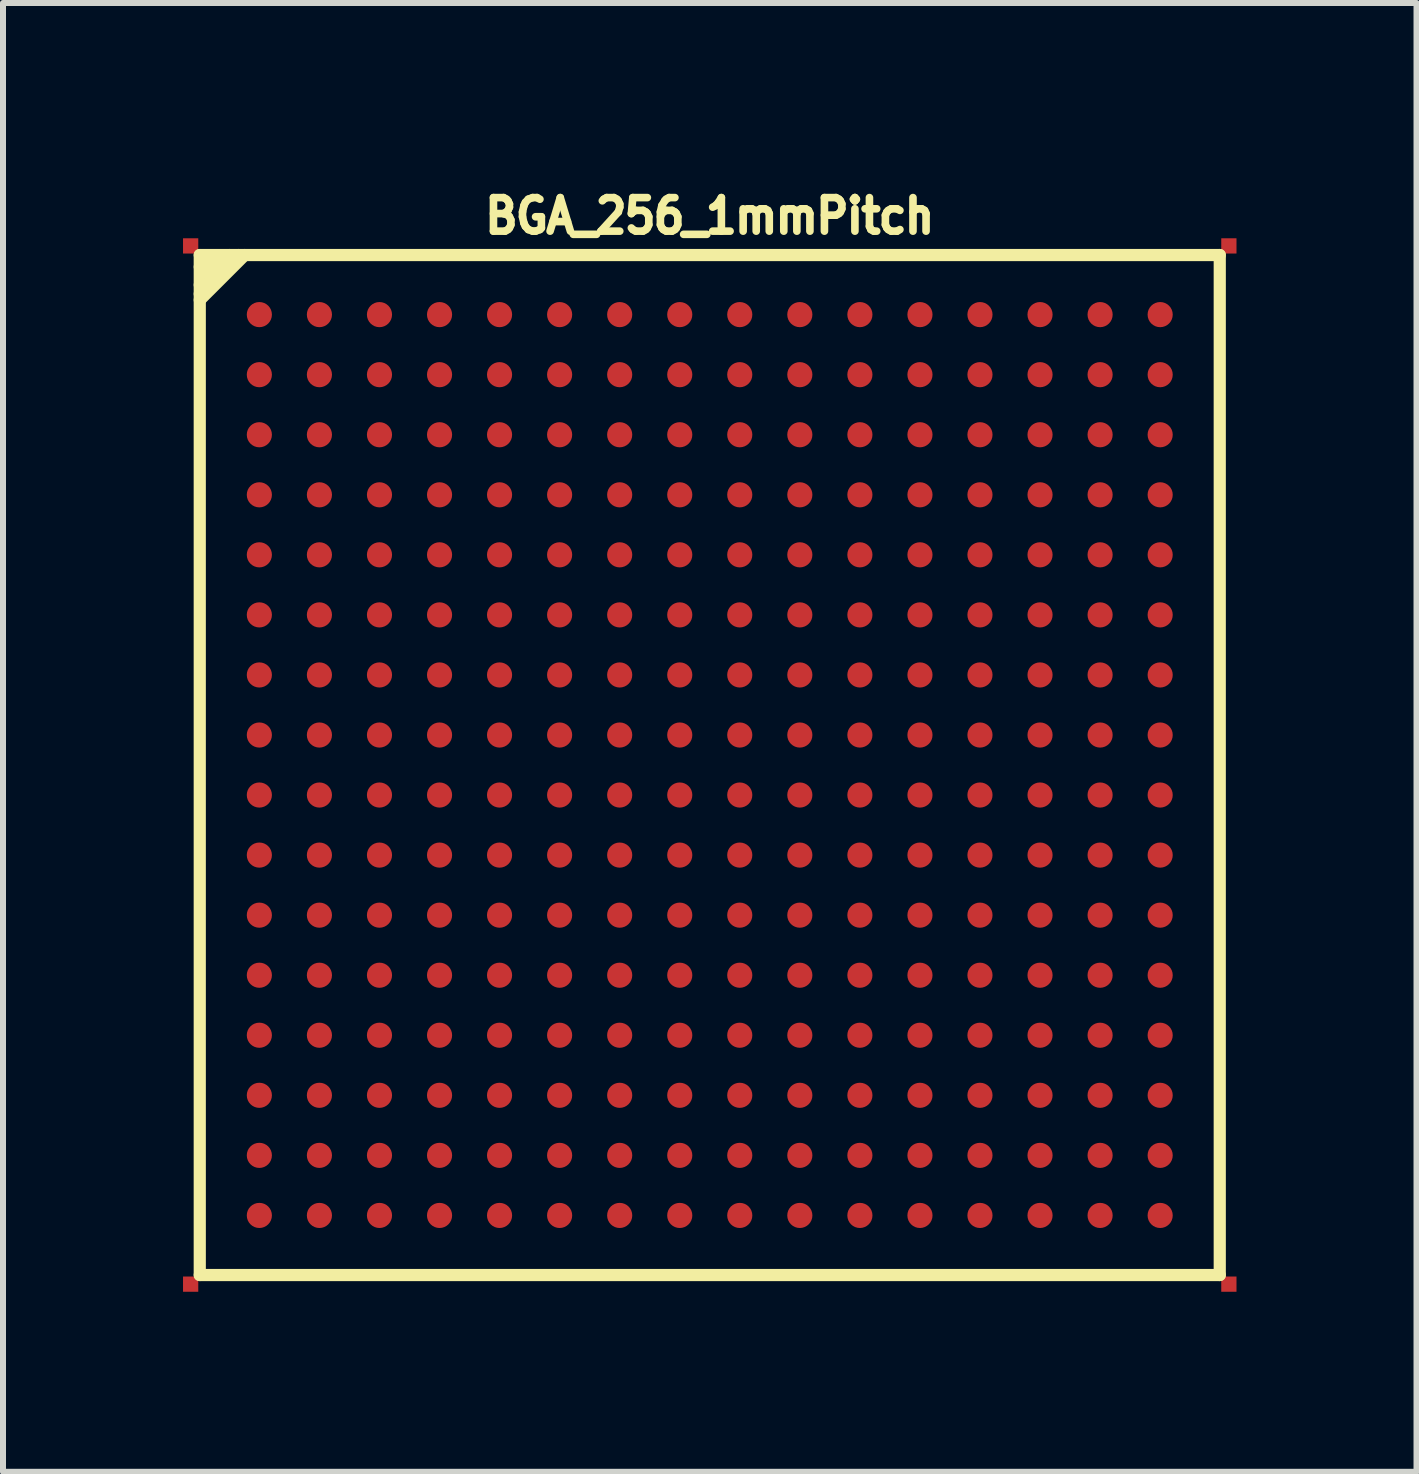
<source format=kicad_pcb>
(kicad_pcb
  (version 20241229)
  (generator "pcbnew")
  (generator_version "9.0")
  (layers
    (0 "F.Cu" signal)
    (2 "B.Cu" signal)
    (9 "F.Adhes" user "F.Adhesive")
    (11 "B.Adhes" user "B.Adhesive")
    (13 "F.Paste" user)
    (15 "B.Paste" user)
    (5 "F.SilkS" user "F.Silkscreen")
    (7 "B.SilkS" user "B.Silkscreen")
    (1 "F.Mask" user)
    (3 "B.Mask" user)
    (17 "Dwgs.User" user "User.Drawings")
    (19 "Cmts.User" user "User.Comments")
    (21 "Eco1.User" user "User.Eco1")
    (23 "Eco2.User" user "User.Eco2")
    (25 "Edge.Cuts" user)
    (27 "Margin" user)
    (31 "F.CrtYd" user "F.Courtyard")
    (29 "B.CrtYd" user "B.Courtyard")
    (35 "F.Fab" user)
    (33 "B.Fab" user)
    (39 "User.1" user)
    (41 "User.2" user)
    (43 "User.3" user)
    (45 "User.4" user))
  (footprint "BGA_256_1mmPitch"
    (layer "F.Cu")
    (at 8.778 9.699)
    (property "Reference" "BGA_256_1mmPitch" (at 0 -9.149 0) (layer "F.SilkS") (effects (font (size 0.559 0.508) (thickness 0.127))))
    (attr smd)
    (fp_line (start -8.499 -8.499) (end -8.499 8.499) (stroke (width 0.203) (type solid)) (layer "F.SilkS"))
    (fp_line (start -8.499 -8.301) (end -8.349 -8.451) (stroke (width 0.203) (type solid)) (layer "F.SilkS"))
    (fp_line (start -8.499 -8.001) (end -8.001 -8.499) (stroke (width 0.203) (type solid)) (layer "F.SilkS"))
    (fp_line (start -8.499 -7.75) (end -7.75 -8.499) (stroke (width 0.203) (type solid)) (layer "F.SilkS"))
    (fp_line (start -8.499 8.499) (end 8.499 8.499) (stroke (width 0.203) (type solid)) (layer "F.SilkS"))
    (fp_line (start -8.199 -8.451) (end -8.451 -8.199) (stroke (width 0.203) (type solid)) (layer "F.SilkS"))
    (fp_line (start -7.851 -8.499) (end -8.499 -7.851) (stroke (width 0.203) (type solid)) (layer "F.SilkS"))
    (fp_line (start 8.499 -8.499) (end -8.499 -8.499) (stroke (width 0.203) (type solid)) (layer "F.SilkS"))
    (fp_line (start 8.499 8.499) (end 8.499 -8.499) (stroke (width 0.203) (type solid)) (layer "F.SilkS"))
    (pad "0" smd rect (at -8.651 -8.651) (size 0.254 0.254) (layers "F.Cu" "F.Mask"))
    (pad "0" smd rect (at -8.651 8.651) (size 0.254 0.254) (layers "F.Cu" "F.Mask"))
    (pad "0" smd rect (at 8.651 -8.651) (size 0.254 0.254) (layers "F.Cu" "F.Mask"))
    (pad "0" smd rect (at 8.651 8.651) (size 0.254 0.254) (layers "F.Cu" "F.Mask"))
    (pad "A1" smd circle (at -7.506 -7.506) (size 0.419 0.419) (layers "F.Cu" "F.Mask" "F.Paste"))
    (pad "A2" smd circle (at -6.505 -7.506) (size 0.419 0.419) (layers "F.Cu" "F.Mask" "F.Paste"))
    (pad "A3" smd circle (at -5.504 -7.506) (size 0.419 0.419) (layers "F.Cu" "F.Mask" "F.Paste"))
    (pad "A4" smd circle (at -4.503 -7.506) (size 0.419 0.419) (layers "F.Cu" "F.Mask" "F.Paste"))
    (pad "A5" smd circle (at -3.503 -7.506) (size 0.419 0.419) (layers "F.Cu" "F.Mask" "F.Paste"))
    (pad "A6" smd circle (at -2.502 -7.506) (size 0.419 0.419) (layers "F.Cu" "F.Mask" "F.Paste"))
    (pad "A7" smd circle (at -1.501 -7.506) (size 0.419 0.419) (layers "F.Cu" "F.Mask" "F.Paste"))
    (pad "A8" smd circle (at -0.5 -7.506) (size 0.419 0.419) (layers "F.Cu" "F.Mask" "F.Paste"))
    (pad "A9" smd circle (at 0.5 -7.506) (size 0.419 0.419) (layers "F.Cu" "F.Mask" "F.Paste"))
    (pad "A10" smd circle (at 1.501 -7.506) (size 0.419 0.419) (layers "F.Cu" "F.Mask" "F.Paste"))
    (pad "A11" smd circle (at 2.502 -7.506) (size 0.419 0.419) (layers "F.Cu" "F.Mask" "F.Paste"))
    (pad "A12" smd circle (at 3.503 -7.506) (size 0.419 0.419) (layers "F.Cu" "F.Mask" "F.Paste"))
    (pad "A13" smd circle (at 4.503 -7.506) (size 0.419 0.419) (layers "F.Cu" "F.Mask" "F.Paste"))
    (pad "A14" smd circle (at 5.504 -7.506) (size 0.419 0.419) (layers "F.Cu" "F.Mask" "F.Paste"))
    (pad "A15" smd circle (at 6.505 -7.506) (size 0.419 0.419) (layers "F.Cu" "F.Mask" "F.Paste"))
    (pad "A16" smd circle (at 7.506 -7.506) (size 0.419 0.419) (layers "F.Cu" "F.Mask" "F.Paste"))
    (pad "B1" smd circle (at -7.506 -6.505) (size 0.419 0.419) (layers "F.Cu" "F.Mask" "F.Paste"))
    (pad "B2" smd circle (at -6.505 -6.505) (size 0.419 0.419) (layers "F.Cu" "F.Mask" "F.Paste"))
    (pad "B3" smd circle (at -5.504 -6.505) (size 0.419 0.419) (layers "F.Cu" "F.Mask" "F.Paste"))
    (pad "B4" smd circle (at -4.503 -6.505) (size 0.419 0.419) (layers "F.Cu" "F.Mask" "F.Paste"))
    (pad "B5" smd circle (at -3.503 -6.505) (size 0.419 0.419) (layers "F.Cu" "F.Mask" "F.Paste"))
    (pad "B6" smd circle (at -2.502 -6.505) (size 0.419 0.419) (layers "F.Cu" "F.Mask" "F.Paste"))
    (pad "B7" smd circle (at -1.501 -6.505) (size 0.419 0.419) (layers "F.Cu" "F.Mask" "F.Paste"))
    (pad "B8" smd circle (at -0.5 -6.505) (size 0.419 0.419) (layers "F.Cu" "F.Mask" "F.Paste"))
    (pad "B9" smd circle (at 0.5 -6.505) (size 0.419 0.419) (layers "F.Cu" "F.Mask" "F.Paste"))
    (pad "B10" smd circle (at 1.501 -6.505) (size 0.419 0.419) (layers "F.Cu" "F.Mask" "F.Paste"))
    (pad "B11" smd circle (at 2.502 -6.505) (size 0.419 0.419) (layers "F.Cu" "F.Mask" "F.Paste"))
    (pad "B12" smd circle (at 3.503 -6.505) (size 0.419 0.419) (layers "F.Cu" "F.Mask" "F.Paste"))
    (pad "B13" smd circle (at 4.503 -6.505) (size 0.419 0.419) (layers "F.Cu" "F.Mask" "F.Paste"))
    (pad "B14" smd circle (at 5.504 -6.505) (size 0.419 0.419) (layers "F.Cu" "F.Mask" "F.Paste"))
    (pad "B15" smd circle (at 6.505 -6.505) (size 0.419 0.419) (layers "F.Cu" "F.Mask" "F.Paste"))
    (pad "B16" smd circle (at 7.506 -6.505) (size 0.419 0.419) (layers "F.Cu" "F.Mask" "F.Paste"))
    (pad "C1" smd circle (at -7.506 -5.504) (size 0.419 0.419) (layers "F.Cu" "F.Mask" "F.Paste"))
    (pad "C2" smd circle (at -6.505 -5.504) (size 0.419 0.419) (layers "F.Cu" "F.Mask" "F.Paste"))
    (pad "C3" smd circle (at -5.504 -5.504) (size 0.419 0.419) (layers "F.Cu" "F.Mask" "F.Paste"))
    (pad "C4" smd circle (at -4.503 -5.504) (size 0.419 0.419) (layers "F.Cu" "F.Mask" "F.Paste"))
    (pad "C5" smd circle (at -3.503 -5.504) (size 0.419 0.419) (layers "F.Cu" "F.Mask" "F.Paste"))
    (pad "C6" smd circle (at -2.502 -5.504) (size 0.419 0.419) (layers "F.Cu" "F.Mask" "F.Paste"))
    (pad "C7" smd circle (at -1.501 -5.504) (size 0.419 0.419) (layers "F.Cu" "F.Mask" "F.Paste"))
    (pad "C8" smd circle (at -0.5 -5.504) (size 0.419 0.419) (layers "F.Cu" "F.Mask" "F.Paste"))
    (pad "C9" smd circle (at 0.5 -5.504) (size 0.419 0.419) (layers "F.Cu" "F.Mask" "F.Paste"))
    (pad "C10" smd circle (at 1.501 -5.504) (size 0.419 0.419) (layers "F.Cu" "F.Mask" "F.Paste"))
    (pad "C11" smd circle (at 2.502 -5.504) (size 0.419 0.419) (layers "F.Cu" "F.Mask" "F.Paste"))
    (pad "C12" smd circle (at 3.503 -5.504) (size 0.419 0.419) (layers "F.Cu" "F.Mask" "F.Paste"))
    (pad "C13" smd circle (at 4.503 -5.504) (size 0.419 0.419) (layers "F.Cu" "F.Mask" "F.Paste"))
    (pad "C14" smd circle (at 5.504 -5.504) (size 0.419 0.419) (layers "F.Cu" "F.Mask" "F.Paste"))
    (pad "C15" smd circle (at 6.505 -5.504) (size 0.419 0.419) (layers "F.Cu" "F.Mask" "F.Paste"))
    (pad "C16" smd circle (at 7.506 -5.504) (size 0.419 0.419) (layers "F.Cu" "F.Mask" "F.Paste"))
    (pad "D1" smd circle (at -7.506 -4.503) (size 0.419 0.419) (layers "F.Cu" "F.Mask" "F.Paste"))
    (pad "D2" smd circle (at -6.505 -4.503) (size 0.419 0.419) (layers "F.Cu" "F.Mask" "F.Paste"))
    (pad "D3" smd circle (at -5.504 -4.503) (size 0.419 0.419) (layers "F.Cu" "F.Mask" "F.Paste"))
    (pad "D4" smd circle (at -4.503 -4.503) (size 0.419 0.419) (layers "F.Cu" "F.Mask" "F.Paste"))
    (pad "D5" smd circle (at -3.503 -4.503) (size 0.419 0.419) (layers "F.Cu" "F.Mask" "F.Paste"))
    (pad "D6" smd circle (at -2.502 -4.503) (size 0.419 0.419) (layers "F.Cu" "F.Mask" "F.Paste"))
    (pad "D7" smd circle (at -1.501 -4.503) (size 0.419 0.419) (layers "F.Cu" "F.Mask" "F.Paste"))
    (pad "D8" smd circle (at -0.5 -4.503) (size 0.419 0.419) (layers "F.Cu" "F.Mask" "F.Paste"))
    (pad "D9" smd circle (at 0.5 -4.503) (size 0.419 0.419) (layers "F.Cu" "F.Mask" "F.Paste"))
    (pad "D10" smd circle (at 1.501 -4.503) (size 0.419 0.419) (layers "F.Cu" "F.Mask" "F.Paste"))
    (pad "D11" smd circle (at 2.502 -4.503) (size 0.419 0.419) (layers "F.Cu" "F.Mask" "F.Paste"))
    (pad "D12" smd circle (at 3.503 -4.503) (size 0.419 0.419) (layers "F.Cu" "F.Mask" "F.Paste"))
    (pad "D13" smd circle (at 4.503 -4.503) (size 0.419 0.419) (layers "F.Cu" "F.Mask" "F.Paste"))
    (pad "D14" smd circle (at 5.504 -4.503) (size 0.419 0.419) (layers "F.Cu" "F.Mask" "F.Paste"))
    (pad "D15" smd circle (at 6.505 -4.503) (size 0.419 0.419) (layers "F.Cu" "F.Mask" "F.Paste"))
    (pad "D16" smd circle (at 7.506 -4.503) (size 0.419 0.419) (layers "F.Cu" "F.Mask" "F.Paste"))
    (pad "E1" smd circle (at -7.506 -3.503) (size 0.419 0.419) (layers "F.Cu" "F.Mask" "F.Paste"))
    (pad "E2" smd circle (at -6.505 -3.503) (size 0.419 0.419) (layers "F.Cu" "F.Mask" "F.Paste"))
    (pad "E3" smd circle (at -5.504 -3.503) (size 0.419 0.419) (layers "F.Cu" "F.Mask" "F.Paste"))
    (pad "E4" smd circle (at -4.503 -3.503) (size 0.419 0.419) (layers "F.Cu" "F.Mask" "F.Paste"))
    (pad "E5" smd circle (at -3.503 -3.503) (size 0.419 0.419) (layers "F.Cu" "F.Mask" "F.Paste"))
    (pad "E6" smd circle (at -2.502 -3.503) (size 0.419 0.419) (layers "F.Cu" "F.Mask" "F.Paste"))
    (pad "E7" smd circle (at -1.501 -3.503) (size 0.419 0.419) (layers "F.Cu" "F.Mask" "F.Paste"))
    (pad "E8" smd circle (at -0.5 -3.503) (size 0.419 0.419) (layers "F.Cu" "F.Mask" "F.Paste"))
    (pad "E9" smd circle (at 0.5 -3.503) (size 0.419 0.419) (layers "F.Cu" "F.Mask" "F.Paste"))
    (pad "E10" smd circle (at 1.501 -3.503) (size 0.419 0.419) (layers "F.Cu" "F.Mask" "F.Paste"))
    (pad "E11" smd circle (at 2.502 -3.503) (size 0.419 0.419) (layers "F.Cu" "F.Mask" "F.Paste"))
    (pad "E12" smd circle (at 3.503 -3.503) (size 0.419 0.419) (layers "F.Cu" "F.Mask" "F.Paste"))
    (pad "E13" smd circle (at 4.503 -3.503) (size 0.419 0.419) (layers "F.Cu" "F.Mask" "F.Paste"))
    (pad "E14" smd circle (at 5.504 -3.503) (size 0.419 0.419) (layers "F.Cu" "F.Mask" "F.Paste"))
    (pad "E15" smd circle (at 6.505 -3.503) (size 0.419 0.419) (layers "F.Cu" "F.Mask" "F.Paste"))
    (pad "E16" smd circle (at 7.506 -3.503) (size 0.419 0.419) (layers "F.Cu" "F.Mask" "F.Paste"))
    (pad "F1" smd circle (at -7.506 -2.502) (size 0.419 0.419) (layers "F.Cu" "F.Mask" "F.Paste"))
    (pad "F2" smd circle (at -6.505 -2.502) (size 0.419 0.419) (layers "F.Cu" "F.Mask" "F.Paste"))
    (pad "F3" smd circle (at -5.504 -2.502) (size 0.419 0.419) (layers "F.Cu" "F.Mask" "F.Paste"))
    (pad "F4" smd circle (at -4.503 -2.502) (size 0.419 0.419) (layers "F.Cu" "F.Mask" "F.Paste"))
    (pad "F5" smd circle (at -3.503 -2.502) (size 0.419 0.419) (layers "F.Cu" "F.Mask" "F.Paste"))
    (pad "F6" smd circle (at -2.502 -2.502) (size 0.419 0.419) (layers "F.Cu" "F.Mask" "F.Paste"))
    (pad "F7" smd circle (at -1.501 -2.502) (size 0.419 0.419) (layers "F.Cu" "F.Mask" "F.Paste"))
    (pad "F8" smd circle (at -0.5 -2.502) (size 0.419 0.419) (layers "F.Cu" "F.Mask" "F.Paste"))
    (pad "F9" smd circle (at 0.5 -2.502) (size 0.419 0.419) (layers "F.Cu" "F.Mask" "F.Paste"))
    (pad "F10" smd circle (at 1.501 -2.502) (size 0.419 0.419) (layers "F.Cu" "F.Mask" "F.Paste"))
    (pad "F11" smd circle (at 2.502 -2.502) (size 0.419 0.419) (layers "F.Cu" "F.Mask" "F.Paste"))
    (pad "F12" smd circle (at 3.503 -2.502) (size 0.419 0.419) (layers "F.Cu" "F.Mask" "F.Paste"))
    (pad "F13" smd circle (at 4.503 -2.502) (size 0.419 0.419) (layers "F.Cu" "F.Mask" "F.Paste"))
    (pad "F14" smd circle (at 5.504 -2.502) (size 0.419 0.419) (layers "F.Cu" "F.Mask" "F.Paste"))
    (pad "F15" smd circle (at 6.505 -2.502) (size 0.419 0.419) (layers "F.Cu" "F.Mask" "F.Paste"))
    (pad "F16" smd circle (at 7.506 -2.502) (size 0.419 0.419) (layers "F.Cu" "F.Mask" "F.Paste"))
    (pad "G1" smd circle (at -7.506 -1.501) (size 0.419 0.419) (layers "F.Cu" "F.Mask" "F.Paste"))
    (pad "G2" smd circle (at -6.505 -1.501) (size 0.419 0.419) (layers "F.Cu" "F.Mask" "F.Paste"))
    (pad "G3" smd circle (at -5.504 -1.501) (size 0.419 0.419) (layers "F.Cu" "F.Mask" "F.Paste"))
    (pad "G4" smd circle (at -4.503 -1.501) (size 0.419 0.419) (layers "F.Cu" "F.Mask" "F.Paste"))
    (pad "G5" smd circle (at -3.503 -1.501) (size 0.419 0.419) (layers "F.Cu" "F.Mask" "F.Paste"))
    (pad "G6" smd circle (at -2.502 -1.501) (size 0.419 0.419) (layers "F.Cu" "F.Mask" "F.Paste"))
    (pad "G7" smd circle (at -1.501 -1.501) (size 0.419 0.419) (layers "F.Cu" "F.Mask" "F.Paste"))
    (pad "G8" smd circle (at -0.5 -1.501) (size 0.419 0.419) (layers "F.Cu" "F.Mask" "F.Paste"))
    (pad "G9" smd circle (at 0.5 -1.501) (size 0.419 0.419) (layers "F.Cu" "F.Mask" "F.Paste"))
    (pad "G10" smd circle (at 1.501 -1.501) (size 0.419 0.419) (layers "F.Cu" "F.Mask" "F.Paste"))
    (pad "G11" smd circle (at 2.502 -1.501) (size 0.419 0.419) (layers "F.Cu" "F.Mask" "F.Paste"))
    (pad "G12" smd circle (at 3.503 -1.501) (size 0.419 0.419) (layers "F.Cu" "F.Mask" "F.Paste"))
    (pad "G13" smd circle (at 4.503 -1.501) (size 0.419 0.419) (layers "F.Cu" "F.Mask" "F.Paste"))
    (pad "G14" smd circle (at 5.504 -1.501) (size 0.419 0.419) (layers "F.Cu" "F.Mask" "F.Paste"))
    (pad "G15" smd circle (at 6.505 -1.501) (size 0.419 0.419) (layers "F.Cu" "F.Mask" "F.Paste"))
    (pad "G16" smd circle (at 7.506 -1.501) (size 0.419 0.419) (layers "F.Cu" "F.Mask" "F.Paste"))
    (pad "H1" smd circle (at -7.506 -0.5) (size 0.419 0.419) (layers "F.Cu" "F.Mask" "F.Paste"))
    (pad "H2" smd circle (at -6.505 -0.5) (size 0.419 0.419) (layers "F.Cu" "F.Mask" "F.Paste"))
    (pad "H3" smd circle (at -5.504 -0.5) (size 0.419 0.419) (layers "F.Cu" "F.Mask" "F.Paste"))
    (pad "H4" smd circle (at -4.503 -0.5) (size 0.419 0.419) (layers "F.Cu" "F.Mask" "F.Paste"))
    (pad "H5" smd circle (at -3.503 -0.5) (size 0.419 0.419) (layers "F.Cu" "F.Mask" "F.Paste"))
    (pad "H6" smd circle (at -2.502 -0.5) (size 0.419 0.419) (layers "F.Cu" "F.Mask" "F.Paste"))
    (pad "H7" smd circle (at -1.501 -0.5) (size 0.419 0.419) (layers "F.Cu" "F.Mask" "F.Paste"))
    (pad "H8" smd circle (at -0.5 -0.5) (size 0.419 0.419) (layers "F.Cu" "F.Mask" "F.Paste"))
    (pad "H9" smd circle (at 0.5 -0.5) (size 0.419 0.419) (layers "F.Cu" "F.Mask" "F.Paste"))
    (pad "H10" smd circle (at 1.501 -0.5) (size 0.419 0.419) (layers "F.Cu" "F.Mask" "F.Paste"))
    (pad "H11" smd circle (at 2.502 -0.5) (size 0.419 0.419) (layers "F.Cu" "F.Mask" "F.Paste"))
    (pad "H12" smd circle (at 3.503 -0.5) (size 0.419 0.419) (layers "F.Cu" "F.Mask" "F.Paste"))
    (pad "H13" smd circle (at 4.503 -0.5) (size 0.419 0.419) (layers "F.Cu" "F.Mask" "F.Paste"))
    (pad "H14" smd circle (at 5.504 -0.5) (size 0.419 0.419) (layers "F.Cu" "F.Mask" "F.Paste"))
    (pad "H15" smd circle (at 6.505 -0.5) (size 0.419 0.419) (layers "F.Cu" "F.Mask" "F.Paste"))
    (pad "H16" smd circle (at 7.506 -0.5) (size 0.419 0.419) (layers "F.Cu" "F.Mask" "F.Paste"))
    (pad "J1" smd circle (at -7.506 0.5) (size 0.419 0.419) (layers "F.Cu" "F.Mask" "F.Paste"))
    (pad "J2" smd circle (at -6.505 0.5) (size 0.419 0.419) (layers "F.Cu" "F.Mask" "F.Paste"))
    (pad "J3" smd circle (at -5.504 0.5) (size 0.419 0.419) (layers "F.Cu" "F.Mask" "F.Paste"))
    (pad "J4" smd circle (at -4.503 0.5) (size 0.419 0.419) (layers "F.Cu" "F.Mask" "F.Paste"))
    (pad "J5" smd circle (at -3.503 0.5) (size 0.419 0.419) (layers "F.Cu" "F.Mask" "F.Paste"))
    (pad "J6" smd circle (at -2.502 0.5) (size 0.419 0.419) (layers "F.Cu" "F.Mask" "F.Paste"))
    (pad "J7" smd circle (at -1.501 0.5) (size 0.419 0.419) (layers "F.Cu" "F.Mask" "F.Paste"))
    (pad "J8" smd circle (at -0.5 0.5) (size 0.419 0.419) (layers "F.Cu" "F.Mask" "F.Paste"))
    (pad "J9" smd circle (at 0.5 0.5) (size 0.419 0.419) (layers "F.Cu" "F.Mask" "F.Paste"))
    (pad "J10" smd circle (at 1.501 0.5) (size 0.419 0.419) (layers "F.Cu" "F.Mask" "F.Paste"))
    (pad "J11" smd circle (at 2.502 0.5) (size 0.419 0.419) (layers "F.Cu" "F.Mask" "F.Paste"))
    (pad "J12" smd circle (at 3.503 0.5) (size 0.419 0.419) (layers "F.Cu" "F.Mask" "F.Paste"))
    (pad "J13" smd circle (at 4.503 0.5) (size 0.419 0.419) (layers "F.Cu" "F.Mask" "F.Paste"))
    (pad "J14" smd circle (at 5.504 0.5) (size 0.419 0.419) (layers "F.Cu" "F.Mask" "F.Paste"))
    (pad "J15" smd circle (at 6.505 0.5) (size 0.419 0.419) (layers "F.Cu" "F.Mask" "F.Paste"))
    (pad "J16" smd circle (at 7.506 0.5) (size 0.419 0.419) (layers "F.Cu" "F.Mask" "F.Paste"))
    (pad "K1" smd circle (at -7.506 1.501) (size 0.419 0.419) (layers "F.Cu" "F.Mask" "F.Paste"))
    (pad "K2" smd circle (at -6.505 1.501) (size 0.419 0.419) (layers "F.Cu" "F.Mask" "F.Paste"))
    (pad "K3" smd circle (at -5.504 1.501) (size 0.419 0.419) (layers "F.Cu" "F.Mask" "F.Paste"))
    (pad "K4" smd circle (at -4.503 1.501) (size 0.419 0.419) (layers "F.Cu" "F.Mask" "F.Paste"))
    (pad "K5" smd circle (at -3.503 1.501) (size 0.419 0.419) (layers "F.Cu" "F.Mask" "F.Paste"))
    (pad "K6" smd circle (at -2.502 1.501) (size 0.419 0.419) (layers "F.Cu" "F.Mask" "F.Paste"))
    (pad "K7" smd circle (at -1.501 1.501) (size 0.419 0.419) (layers "F.Cu" "F.Mask" "F.Paste"))
    (pad "K8" smd circle (at -0.5 1.501) (size 0.419 0.419) (layers "F.Cu" "F.Mask" "F.Paste"))
    (pad "K9" smd circle (at 0.5 1.501) (size 0.419 0.419) (layers "F.Cu" "F.Mask" "F.Paste"))
    (pad "K10" smd circle (at 1.501 1.501) (size 0.419 0.419) (layers "F.Cu" "F.Mask" "F.Paste"))
    (pad "K11" smd circle (at 2.502 1.501) (size 0.419 0.419) (layers "F.Cu" "F.Mask" "F.Paste"))
    (pad "K12" smd circle (at 3.503 1.501) (size 0.419 0.419) (layers "F.Cu" "F.Mask" "F.Paste"))
    (pad "K13" smd circle (at 4.503 1.501) (size 0.419 0.419) (layers "F.Cu" "F.Mask" "F.Paste"))
    (pad "K14" smd circle (at 5.504 1.501) (size 0.419 0.419) (layers "F.Cu" "F.Mask" "F.Paste"))
    (pad "K15" smd circle (at 6.505 1.501) (size 0.419 0.419) (layers "F.Cu" "F.Mask" "F.Paste"))
    (pad "K16" smd circle (at 7.506 1.501) (size 0.419 0.419) (layers "F.Cu" "F.Mask" "F.Paste"))
    (pad "L1" smd circle (at -7.506 2.502) (size 0.419 0.419) (layers "F.Cu" "F.Mask" "F.Paste"))
    (pad "L2" smd circle (at -6.505 2.502) (size 0.419 0.419) (layers "F.Cu" "F.Mask" "F.Paste"))
    (pad "L3" smd circle (at -5.504 2.502) (size 0.419 0.419) (layers "F.Cu" "F.Mask" "F.Paste"))
    (pad "L4" smd circle (at -4.503 2.502) (size 0.419 0.419) (layers "F.Cu" "F.Mask" "F.Paste"))
    (pad "L5" smd circle (at -3.503 2.502) (size 0.419 0.419) (layers "F.Cu" "F.Mask" "F.Paste"))
    (pad "L6" smd circle (at -2.502 2.502) (size 0.419 0.419) (layers "F.Cu" "F.Mask" "F.Paste"))
    (pad "L7" smd circle (at -1.501 2.502) (size 0.419 0.419) (layers "F.Cu" "F.Mask" "F.Paste"))
    (pad "L8" smd circle (at -0.5 2.502) (size 0.419 0.419) (layers "F.Cu" "F.Mask" "F.Paste"))
    (pad "L9" smd circle (at 0.5 2.502) (size 0.419 0.419) (layers "F.Cu" "F.Mask" "F.Paste"))
    (pad "L10" smd circle (at 1.501 2.502) (size 0.419 0.419) (layers "F.Cu" "F.Mask" "F.Paste"))
    (pad "L11" smd circle (at 2.502 2.502) (size 0.419 0.419) (layers "F.Cu" "F.Mask" "F.Paste"))
    (pad "L12" smd circle (at 3.503 2.502) (size 0.419 0.419) (layers "F.Cu" "F.Mask" "F.Paste"))
    (pad "L13" smd circle (at 4.503 2.502) (size 0.419 0.419) (layers "F.Cu" "F.Mask" "F.Paste"))
    (pad "L14" smd circle (at 5.504 2.502) (size 0.419 0.419) (layers "F.Cu" "F.Mask" "F.Paste"))
    (pad "L15" smd circle (at 6.505 2.502) (size 0.419 0.419) (layers "F.Cu" "F.Mask" "F.Paste"))
    (pad "L16" smd circle (at 7.506 2.502) (size 0.419 0.419) (layers "F.Cu" "F.Mask" "F.Paste"))
    (pad "M1" smd circle (at -7.506 3.503) (size 0.419 0.419) (layers "F.Cu" "F.Mask" "F.Paste"))
    (pad "M2" smd circle (at -6.505 3.503) (size 0.419 0.419) (layers "F.Cu" "F.Mask" "F.Paste"))
    (pad "M3" smd circle (at -5.504 3.503) (size 0.419 0.419) (layers "F.Cu" "F.Mask" "F.Paste"))
    (pad "M4" smd circle (at -4.503 3.503) (size 0.419 0.419) (layers "F.Cu" "F.Mask" "F.Paste"))
    (pad "M5" smd circle (at -3.503 3.503) (size 0.419 0.419) (layers "F.Cu" "F.Mask" "F.Paste"))
    (pad "M6" smd circle (at -2.502 3.503) (size 0.419 0.419) (layers "F.Cu" "F.Mask" "F.Paste"))
    (pad "M7" smd circle (at -1.501 3.503) (size 0.419 0.419) (layers "F.Cu" "F.Mask" "F.Paste"))
    (pad "M8" smd circle (at -0.5 3.503) (size 0.419 0.419) (layers "F.Cu" "F.Mask" "F.Paste"))
    (pad "M9" smd circle (at 0.5 3.503) (size 0.419 0.419) (layers "F.Cu" "F.Mask" "F.Paste"))
    (pad "M10" smd circle (at 1.501 3.503) (size 0.419 0.419) (layers "F.Cu" "F.Mask" "F.Paste"))
    (pad "M11" smd circle (at 2.502 3.503) (size 0.419 0.419) (layers "F.Cu" "F.Mask" "F.Paste"))
    (pad "M12" smd circle (at 3.503 3.503) (size 0.419 0.419) (layers "F.Cu" "F.Mask" "F.Paste"))
    (pad "M13" smd circle (at 4.503 3.503) (size 0.419 0.419) (layers "F.Cu" "F.Mask" "F.Paste"))
    (pad "M14" smd circle (at 5.504 3.503) (size 0.419 0.419) (layers "F.Cu" "F.Mask" "F.Paste"))
    (pad "M15" smd circle (at 6.505 3.503) (size 0.419 0.419) (layers "F.Cu" "F.Mask" "F.Paste"))
    (pad "M16" smd circle (at 7.506 3.503) (size 0.419 0.419) (layers "F.Cu" "F.Mask" "F.Paste"))
    (pad "N1" smd circle (at -7.506 4.503) (size 0.419 0.419) (layers "F.Cu" "F.Mask" "F.Paste"))
    (pad "N2" smd circle (at -6.505 4.503) (size 0.419 0.419) (layers "F.Cu" "F.Mask" "F.Paste"))
    (pad "N3" smd circle (at -5.504 4.503) (size 0.419 0.419) (layers "F.Cu" "F.Mask" "F.Paste"))
    (pad "N4" smd circle (at -4.503 4.503) (size 0.419 0.419) (layers "F.Cu" "F.Mask" "F.Paste"))
    (pad "N5" smd circle (at -3.503 4.503) (size 0.419 0.419) (layers "F.Cu" "F.Mask" "F.Paste"))
    (pad "N6" smd circle (at -2.502 4.503) (size 0.419 0.419) (layers "F.Cu" "F.Mask" "F.Paste"))
    (pad "N7" smd circle (at -1.501 4.503) (size 0.419 0.419) (layers "F.Cu" "F.Mask" "F.Paste"))
    (pad "N8" smd circle (at -0.5 4.503) (size 0.419 0.419) (layers "F.Cu" "F.Mask" "F.Paste"))
    (pad "N9" smd circle (at 0.5 4.503) (size 0.419 0.419) (layers "F.Cu" "F.Mask" "F.Paste"))
    (pad "N10" smd circle (at 1.501 4.503) (size 0.419 0.419) (layers "F.Cu" "F.Mask" "F.Paste"))
    (pad "N11" smd circle (at 2.502 4.503) (size 0.419 0.419) (layers "F.Cu" "F.Mask" "F.Paste"))
    (pad "N12" smd circle (at 3.503 4.503) (size 0.419 0.419) (layers "F.Cu" "F.Mask" "F.Paste"))
    (pad "N13" smd circle (at 4.503 4.503) (size 0.419 0.419) (layers "F.Cu" "F.Mask" "F.Paste"))
    (pad "N14" smd circle (at 5.504 4.503) (size 0.419 0.419) (layers "F.Cu" "F.Mask" "F.Paste"))
    (pad "N15" smd circle (at 6.505 4.503) (size 0.419 0.419) (layers "F.Cu" "F.Mask" "F.Paste"))
    (pad "N16" smd circle (at 7.506 4.503) (size 0.419 0.419) (layers "F.Cu" "F.Mask" "F.Paste"))
    (pad "P1" smd circle (at -7.506 5.504) (size 0.419 0.419) (layers "F.Cu" "F.Mask" "F.Paste"))
    (pad "P2" smd circle (at -6.505 5.504) (size 0.419 0.419) (layers "F.Cu" "F.Mask" "F.Paste"))
    (pad "P3" smd circle (at -5.504 5.504) (size 0.419 0.419) (layers "F.Cu" "F.Mask" "F.Paste"))
    (pad "P4" smd circle (at -4.503 5.504) (size 0.419 0.419) (layers "F.Cu" "F.Mask" "F.Paste"))
    (pad "P5" smd circle (at -3.503 5.504) (size 0.419 0.419) (layers "F.Cu" "F.Mask" "F.Paste"))
    (pad "P6" smd circle (at -2.502 5.504) (size 0.419 0.419) (layers "F.Cu" "F.Mask" "F.Paste"))
    (pad "P7" smd circle (at -1.501 5.504) (size 0.419 0.419) (layers "F.Cu" "F.Mask" "F.Paste"))
    (pad "P8" smd circle (at -0.5 5.504) (size 0.419 0.419) (layers "F.Cu" "F.Mask" "F.Paste"))
    (pad "P9" smd circle (at 0.5 5.504) (size 0.419 0.419) (layers "F.Cu" "F.Mask" "F.Paste"))
    (pad "P10" smd circle (at 1.501 5.504) (size 0.419 0.419) (layers "F.Cu" "F.Mask" "F.Paste"))
    (pad "P11" smd circle (at 2.502 5.504) (size 0.419 0.419) (layers "F.Cu" "F.Mask" "F.Paste"))
    (pad "P12" smd circle (at 3.503 5.504) (size 0.419 0.419) (layers "F.Cu" "F.Mask" "F.Paste"))
    (pad "P13" smd circle (at 4.503 5.504) (size 0.419 0.419) (layers "F.Cu" "F.Mask" "F.Paste"))
    (pad "P14" smd circle (at 5.504 5.504) (size 0.419 0.419) (layers "F.Cu" "F.Mask" "F.Paste"))
    (pad "P15" smd circle (at 6.505 5.504) (size 0.419 0.419) (layers "F.Cu" "F.Mask" "F.Paste"))
    (pad "P16" smd circle (at 7.506 5.504) (size 0.419 0.419) (layers "F.Cu" "F.Mask" "F.Paste"))
    (pad "R1" smd circle (at -7.506 6.505) (size 0.419 0.419) (layers "F.Cu" "F.Mask" "F.Paste"))
    (pad "R2" smd circle (at -6.505 6.505) (size 0.419 0.419) (layers "F.Cu" "F.Mask" "F.Paste"))
    (pad "R3" smd circle (at -5.504 6.505) (size 0.419 0.419) (layers "F.Cu" "F.Mask" "F.Paste"))
    (pad "R4" smd circle (at -4.503 6.505) (size 0.419 0.419) (layers "F.Cu" "F.Mask" "F.Paste"))
    (pad "R5" smd circle (at -3.503 6.505) (size 0.419 0.419) (layers "F.Cu" "F.Mask" "F.Paste"))
    (pad "R6" smd circle (at -2.502 6.505) (size 0.419 0.419) (layers "F.Cu" "F.Mask" "F.Paste"))
    (pad "R7" smd circle (at -1.501 6.505) (size 0.419 0.419) (layers "F.Cu" "F.Mask" "F.Paste"))
    (pad "R8" smd circle (at -0.5 6.505) (size 0.419 0.419) (layers "F.Cu" "F.Mask" "F.Paste"))
    (pad "R9" smd circle (at 0.5 6.505) (size 0.419 0.419) (layers "F.Cu" "F.Mask" "F.Paste"))
    (pad "R10" smd circle (at 1.501 6.505) (size 0.419 0.419) (layers "F.Cu" "F.Mask" "F.Paste"))
    (pad "R11" smd circle (at 2.502 6.505) (size 0.419 0.419) (layers "F.Cu" "F.Mask" "F.Paste"))
    (pad "R12" smd circle (at 3.503 6.505) (size 0.419 0.419) (layers "F.Cu" "F.Mask" "F.Paste"))
    (pad "R13" smd circle (at 4.503 6.505) (size 0.419 0.419) (layers "F.Cu" "F.Mask" "F.Paste"))
    (pad "R14" smd circle (at 5.504 6.505) (size 0.419 0.419) (layers "F.Cu" "F.Mask" "F.Paste"))
    (pad "R15" smd circle (at 6.505 6.505) (size 0.419 0.419) (layers "F.Cu" "F.Mask" "F.Paste"))
    (pad "R16" smd circle (at 7.506 6.505) (size 0.419 0.419) (layers "F.Cu" "F.Mask" "F.Paste"))
    (pad "T1" smd circle (at -7.506 7.506) (size 0.419 0.419) (layers "F.Cu" "F.Mask" "F.Paste"))
    (pad "T2" smd circle (at -6.505 7.506) (size 0.419 0.419) (layers "F.Cu" "F.Mask" "F.Paste"))
    (pad "T3" smd circle (at -5.504 7.506) (size 0.419 0.419) (layers "F.Cu" "F.Mask" "F.Paste"))
    (pad "T4" smd circle (at -4.503 7.506) (size 0.419 0.419) (layers "F.Cu" "F.Mask" "F.Paste"))
    (pad "T5" smd circle (at -3.503 7.506) (size 0.419 0.419) (layers "F.Cu" "F.Mask" "F.Paste"))
    (pad "T6" smd circle (at -2.502 7.506) (size 0.419 0.419) (layers "F.Cu" "F.Mask" "F.Paste"))
    (pad "T7" smd circle (at -1.501 7.506) (size 0.419 0.419) (layers "F.Cu" "F.Mask" "F.Paste"))
    (pad "T8" smd circle (at -0.5 7.506) (size 0.419 0.419) (layers "F.Cu" "F.Mask" "F.Paste"))
    (pad "T9" smd circle (at 0.5 7.506) (size 0.419 0.419) (layers "F.Cu" "F.Mask" "F.Paste"))
    (pad "T10" smd circle (at 1.501 7.506) (size 0.419 0.419) (layers "F.Cu" "F.Mask" "F.Paste"))
    (pad "T11" smd circle (at 2.502 7.506) (size 0.419 0.419) (layers "F.Cu" "F.Mask" "F.Paste"))
    (pad "T12" smd circle (at 3.503 7.506) (size 0.419 0.419) (layers "F.Cu" "F.Mask" "F.Paste"))
    (pad "T13" smd circle (at 4.503 7.506) (size 0.419 0.419) (layers "F.Cu" "F.Mask" "F.Paste"))
    (pad "T14" smd circle (at 5.504 7.506) (size 0.419 0.419) (layers "F.Cu" "F.Mask" "F.Paste"))
    (pad "T15" smd circle (at 6.505 7.506) (size 0.419 0.419) (layers "F.Cu" "F.Mask" "F.Paste"))
    (pad "T16" smd circle (at 7.506 7.506) (size 0.419 0.419) (layers "F.Cu" "F.Mask" "F.Paste")))
  (gr_rect
    (start -3 -3)
    (end 20.556 21.477)
    (stroke (width 0.1) (type default))
    (fill no)
    (layer "Edge.Cuts")))
</source>
